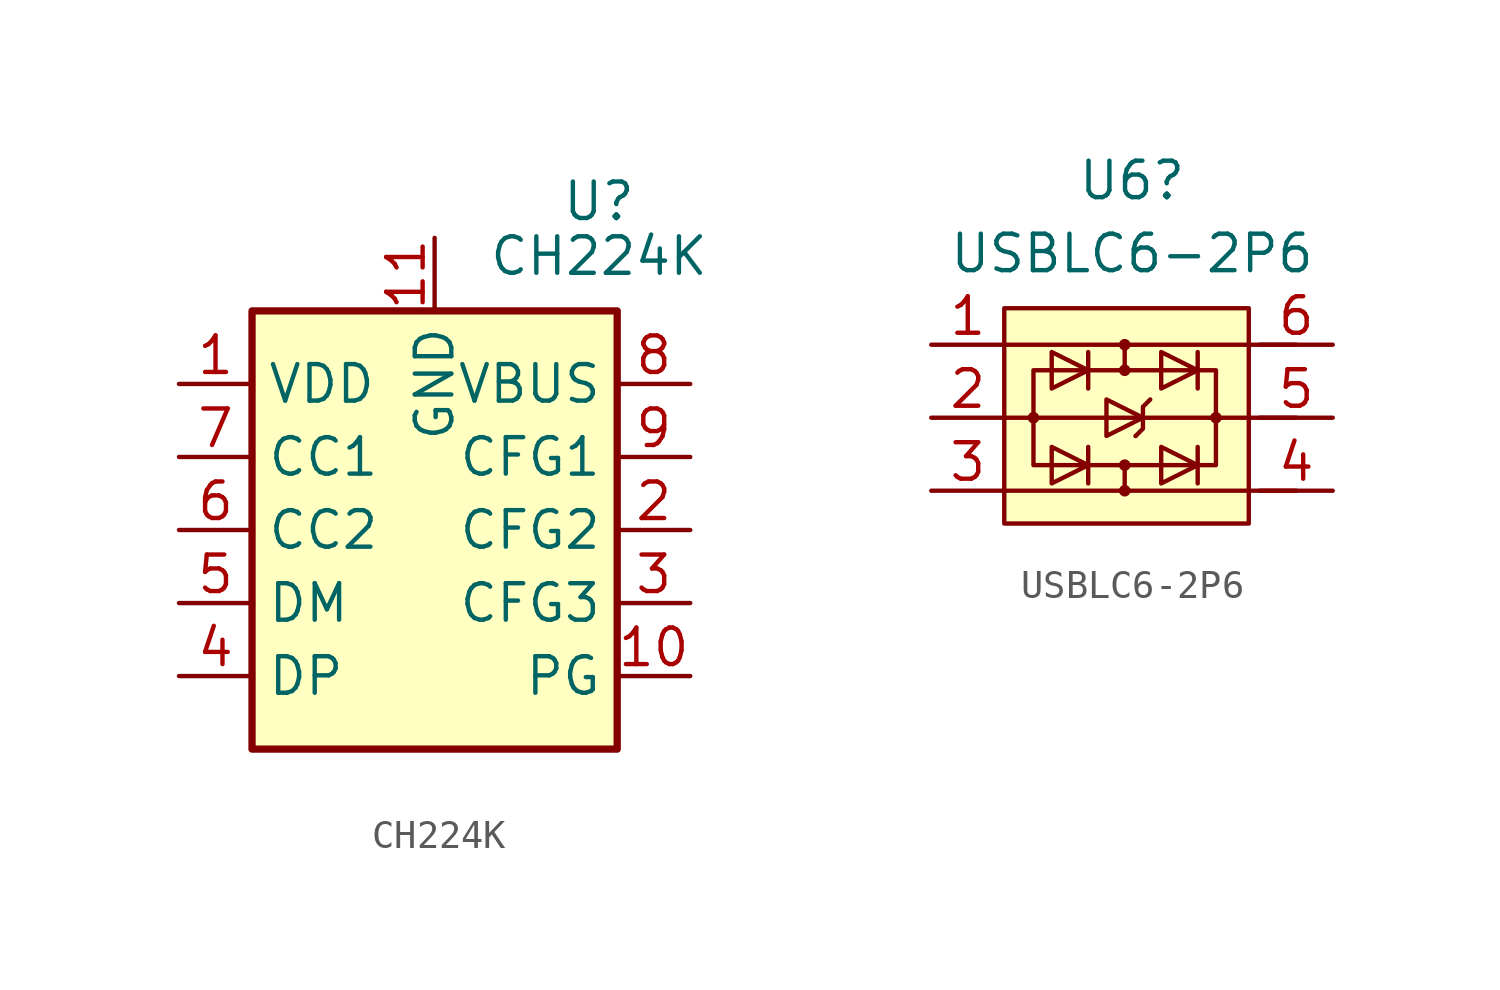
<source format=kicad_sym>
(kicad_symbol_lib
  (version 20220914)
  (generator kicad_symbol_editor)
  (symbol "CH224K"
    (property "Reference" "U"
      (at 5.715 11.43 0)
      (effects (font (size 1.27 1.27))))
    (property "Value" "CH224K"
      (at 5.715 9.525 0)
      (effects (font (size 1.27 1.27))))
    (symbol "CH224K_1_1"
      (rectangle (start -6.35 7.62) (end 6.35 -7.62) (stroke (width 0.254) (type default)) (fill (type background)))
      (pin power_in line (at -8.89 5.08 0) (length 2.54) (name "VDD" (effects (font (size 1.27 1.27)))) (number "1" (effects (font (size 1.27 1.27)))))
      (pin open_collector line (at 8.89 -5.08 180) (length 2.54) (name "PG" (effects (font (size 1.27 1.27)))) (number "10" (effects (font (size 1.27 1.27)))))
      (pin power_in line (at 0 10.16 270) (length 2.54) (name "GND" (effects (font (size 1.27 1.27)))) (number "11" (effects (font (size 1.27 1.27)))))
      (pin input line (at 8.89 0 180) (length 2.54) (name "CFG2" (effects (font (size 1.27 1.27)))) (number "2" (effects (font (size 1.27 1.27)))))
      (pin input line (at 8.89 -2.54 180) (length 2.54) (name "CFG3" (effects (font (size 1.27 1.27)))) (number "3" (effects (font (size 1.27 1.27)))))
      (pin input line (at -8.89 -5.08 0) (length 2.54) (name "DP" (effects (font (size 1.27 1.27)))) (number "4" (effects (font (size 1.27 1.27)))))
      (pin input line (at -8.89 -2.54 0) (length 2.54) (name "DM" (effects (font (size 1.27 1.27)))) (number "5" (effects (font (size 1.27 1.27)))))
      (pin input line (at -8.89 0 0) (length 2.54) (name "CC2" (effects (font (size 1.27 1.27)))) (number "6" (effects (font (size 1.27 1.27)))))
      (pin input line (at -8.89 2.54 0) (length 2.54) (name "CC1" (effects (font (size 1.27 1.27)))) (number "7" (effects (font (size 1.27 1.27)))))
      (pin input line (at 8.89 5.08 180) (length 2.54) (name "VBUS" (effects (font (size 1.27 1.27)))) (number "8" (effects (font (size 1.27 1.27)))))
      (pin input line (at 8.89 2.54 180) (length 2.54) (name "CFG1" (effects (font (size 1.27 1.27)))) (number "9" (effects (font (size 1.27 1.27)))))))
  (symbol "USBLC6-2P6"
    (property "Reference" "U6"
      (at -0.635 8.255 0)
      (effects (font (size 1.27 1.27))))
    (property "Value" "USBLC6-2P6"
      (at -0.635 5.715 0)
      (effects (font (size 1.27 1.27))))
    (symbol "USBLC6-2P6_0_1"
      (rectangle (start -5.08 3.81) (end 3.429 -3.683) (stroke (width 0) (type default)) (fill (type background)))
      (circle (center -4.064 0) (radius 0.127) (stroke (width 0) (type default)) (fill (type none)))
      (rectangle (start -4.064 1.651) (end 2.286 -1.651) (stroke (width 0) (type default)) (fill (type none)))
      (circle (center -0.889 -2.54) (radius 0.127) (stroke (width 0) (type default)) (fill (type none)))
      (circle (center -0.889 -1.651) (radius 0.127) (stroke (width 0) (type default)) (fill (type none)))
      (circle (center -0.889 1.651) (radius 0.127) (stroke (width 0) (type default)) (fill (type none)))
      (circle (center -0.889 2.54) (radius 0.127) (stroke (width 0) (type default)) (fill (type none)))
      (polyline (pts (xy -5.08 -2.54) (xy 5.08 -2.54)) (stroke (width 0) (type default)) (fill (type none)))
      (polyline (pts (xy -5.08 2.54) (xy 5.08 2.54)) (stroke (width 0) (type default)) (fill (type none)))
      (polyline (pts (xy -4.064 0) (xy -5.08 0)) (stroke (width 0) (type default)) (fill (type none)))
      (polyline (pts (xy -4.064 0) (xy 2.286 0)) (stroke (width 0) (type default)) (fill (type outline)))
      (polyline (pts (xy -2.159 -1.016) (xy -2.159 -2.286)) (stroke (width 0) (type default)) (fill (type none)))
      (polyline (pts (xy -2.159 2.286) (xy -2.159 1.016)) (stroke (width 0) (type default)) (fill (type none)))
      (polyline (pts (xy -0.889 -1.651) (xy -0.889 -2.413)) (stroke (width 0) (type default)) (fill (type none)))
      (polyline (pts (xy -0.889 1.651) (xy -0.889 2.54)) (stroke (width 0) (type default)) (fill (type none)))
      (polyline (pts (xy -0.508 -0.635) (xy -0.508 -0.635)) (stroke (width 0) (type default)) (fill (type none)))
      (polyline (pts (xy 1.651 -1.016) (xy 1.651 -2.286)) (stroke (width 0) (type default)) (fill (type none)))
      (polyline (pts (xy 1.651 2.286) (xy 1.651 1.016)) (stroke (width 0) (type default)) (fill (type none)))
      (polyline (pts (xy 2.286 0) (xy 5.08 0)) (stroke (width 0) (type default)) (fill (type none)))
      (polyline (pts (xy -3.429 -1.016) (xy -3.429 -2.286) (xy -2.159 -1.651) (xy -3.429 -1.016)) (stroke (width 0) (type default)) (fill (type none)))
      (polyline (pts (xy -3.429 1.016) (xy -3.429 2.286) (xy -2.159 1.651) (xy -3.429 1.016)) (stroke (width 0) (type default)) (fill (type none)))
      (polyline (pts (xy 0 0.635) (xy -0.254 0.381) (xy -0.254 -0.381) (xy -0.508 -0.635)) (stroke (width 0) (type default)) (fill (type none)))
      (polyline (pts (xy 0.381 -1.016) (xy 0.381 -2.286) (xy 1.651 -1.651) (xy 0.381 -1.016)) (stroke (width 0) (type default)) (fill (type none)))
      (polyline (pts (xy 0.381 1.016) (xy 0.381 2.286) (xy 1.651 1.651) (xy 0.381 1.016)) (stroke (width 0) (type default)) (fill (type none)))
      (circle (center 2.286 0) (radius 0.127) (stroke (width 0) (type default)) (fill (type none))))
    (symbol "USBLC6-2P6_1_1"
      (polyline (pts (xy -1.524 0.635) (xy -1.524 -0.635) (xy -0.254 0) (xy -1.524 0.635)) (stroke (width 0) (type default)) (fill (type none)))
      (pin passive line (at -7.62 2.54 0) (length 2.54) (name "~" (effects (font (size 1.27 1.27)))) (number "1" (effects (font (size 1.27 1.27)))))
      (pin passive line (at -7.62 0 0) (length 2.54) (name "~" (effects (font (size 1.27 1.27)))) (number "2" (effects (font (size 1.27 1.27)))))
      (pin passive line (at -7.62 -2.54 0) (length 2.54) (name "~" (effects (font (size 1.27 1.27)))) (number "3" (effects (font (size 1.27 1.27)))))
      (pin passive line (at 6.35 -2.54 180) (length 2.54) (name "~" (effects (font (size 1.27 1.27)))) (number "4" (effects (font (size 1.27 1.27)))))
      (pin passive line (at 6.35 0 180) (length 2.54) (name "~" (effects (font (size 1.27 1.27)))) (number "5" (effects (font (size 1.27 1.27)))))
      (pin passive line (at 6.35 2.54 180) (length 2.54) (name "~" (effects (font (size 1.27 1.27)))) (number "6" (effects (font (size 1.27 1.27))))))))
</source>
